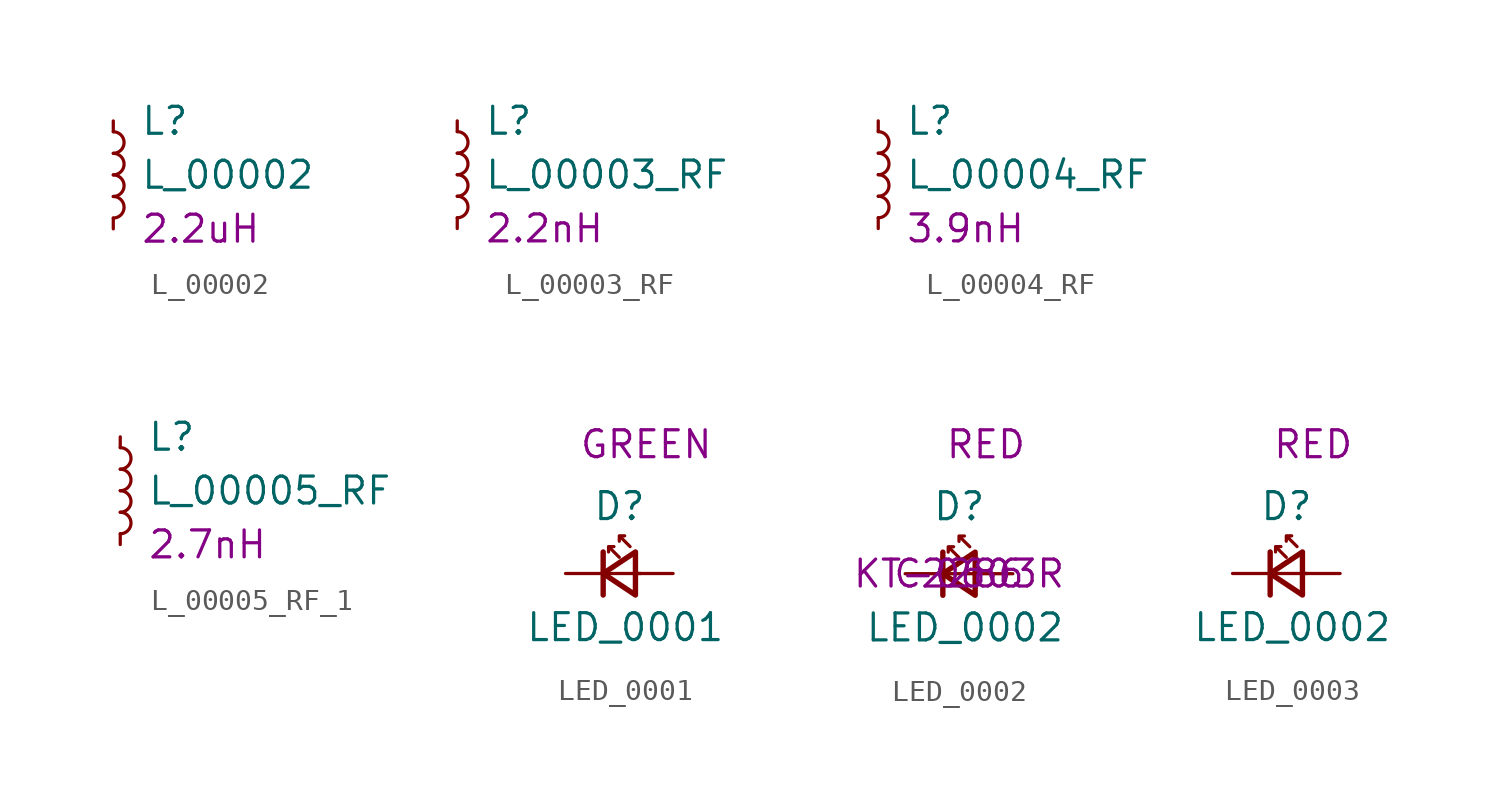
<source format=kicad_sym>
(kicad_symbol_lib
  (version 20231120)
  (generator "kicad_symbol_editor")
  (generator_version "8.0")
  (symbol "L_00002"
    (pin_numbers hide)
    (pin_names
      (offset 0.254) hide)
    (property "Reference" "L"
      (at 1.27 2.54 0)
      (effects (font (size 1.27 1.27)) (justify left)))
    (property "Value" "L_00002"
      (at 1.27 0 0)
      (effects (font (size 1.27 1.27)) (justify left)))
    (property "Desc" "2.2uH"
      (at 1.27 -2.54 0)
      (effects (font (size 1.27 1.27)) (justify left)))
    (symbol "L_00002_0_1"
      (arc (start 0 -2.032) (mid 0.5058 -1.524) (end 0 -1.016) (stroke (width 0) (type default)) (fill (type none)))
      (arc (start 0 -1.016) (mid 0.5058 -0.508) (end 0 0) (stroke (width 0) (type default)) (fill (type none)))
      (arc (start 0 0) (mid 0.5058 0.508) (end 0 1.016) (stroke (width 0) (type default)) (fill (type none)))
      (arc (start 0 1.016) (mid 0.5058 1.524) (end 0 2.032) (stroke (width 0) (type default)) (fill (type none))))
    (symbol "L_00002_1_1"
      (pin passive line (at 0 2.54 270) (length 0.508) (name "~" (effects (font (size 1.27 1.27)))) (number "1" (effects (font (size 1.27 1.27)))))
      (pin passive line (at 0 -2.54 90) (length 0.508) (name "~" (effects (font (size 1.27 1.27)))) (number "2" (effects (font (size 1.27 1.27)))))))
  (symbol "L_00003_RF"
    (pin_numbers hide)
    (pin_names
      (offset 0.254) hide)
    (property "Reference" "L"
      (at 1.27 2.54 0)
      (effects (font (size 1.27 1.27)) (justify left)))
    (property "Value" "L_00003_RF"
      (at 1.27 0 0)
      (effects (font (size 1.27 1.27)) (justify left)))
    (property "Desc" "2.2nH"
      (at 1.27 -2.54 0)
      (effects (font (size 1.27 1.27)) (justify left)))
    (symbol "L_00003_RF_0_1"
      (arc (start 0 -2.032) (mid 0.5058 -1.524) (end 0 -1.016) (stroke (width 0) (type default)) (fill (type none)))
      (arc (start 0 -1.016) (mid 0.5058 -0.508) (end 0 0) (stroke (width 0) (type default)) (fill (type none)))
      (arc (start 0 0) (mid 0.5058 0.508) (end 0 1.016) (stroke (width 0) (type default)) (fill (type none)))
      (arc (start 0 1.016) (mid 0.5058 1.524) (end 0 2.032) (stroke (width 0) (type default)) (fill (type none))))
    (symbol "L_00003_RF_1_1"
      (pin passive line (at 0 2.54 270) (length 0.508) (name "~" (effects (font (size 1.27 1.27)))) (number "1" (effects (font (size 1.27 1.27)))))
      (pin passive line (at 0 -2.54 90) (length 0.508) (name "~" (effects (font (size 1.27 1.27)))) (number "2" (effects (font (size 1.27 1.27)))))))
  (symbol "L_00004_RF"
    (pin_numbers hide)
    (pin_names
      (offset 0.254) hide)
    (property "Reference" "L"
      (at 1.27 2.54 0)
      (effects (font (size 1.27 1.27)) (justify left)))
    (property "Value" "L_00004_RF"
      (at 1.27 0 0)
      (effects (font (size 1.27 1.27)) (justify left)))
    (property "Desc" "3.9nH"
      (at 1.27 -2.54 0)
      (effects (font (size 1.27 1.27)) (justify left)))
    (symbol "L_00004_RF_0_1"
      (arc (start 0 -2.032) (mid 0.5058 -1.524) (end 0 -1.016) (stroke (width 0) (type default)) (fill (type none)))
      (arc (start 0 -1.016) (mid 0.5058 -0.508) (end 0 0) (stroke (width 0) (type default)) (fill (type none)))
      (arc (start 0 0) (mid 0.5058 0.508) (end 0 1.016) (stroke (width 0) (type default)) (fill (type none)))
      (arc (start 0 1.016) (mid 0.5058 1.524) (end 0 2.032) (stroke (width 0) (type default)) (fill (type none))))
    (symbol "L_00004_RF_1_1"
      (pin passive line (at 0 2.54 270) (length 0.508) (name "~" (effects (font (size 1.27 1.27)))) (number "1" (effects (font (size 1.27 1.27)))))
      (pin passive line (at 0 -2.54 90) (length 0.508) (name "~" (effects (font (size 1.27 1.27)))) (number "2" (effects (font (size 1.27 1.27)))))))
  (symbol "L_00005_RF_1"
    (pin_numbers hide)
    (pin_names
      (offset 0.254) hide)
    (property "Reference" "L"
      (at 1.27 2.54 0)
      (effects (font (size 1.27 1.27)) (justify left)))
    (property "Value" "L_00005_RF"
      (at 1.27 0 0)
      (effects (font (size 1.27 1.27)) (justify left)))
    (property "Desc" "2.7nH"
      (at 1.27 -2.54 0)
      (effects (font (size 1.27 1.27)) (justify left)))
    (symbol "L_00005_RF_1_0_1"
      (arc (start 0 -2.032) (mid 0.5058 -1.524) (end 0 -1.016) (stroke (width 0) (type default)) (fill (type none)))
      (arc (start 0 -1.016) (mid 0.5058 -0.508) (end 0 0) (stroke (width 0) (type default)) (fill (type none)))
      (arc (start 0 0) (mid 0.5058 0.508) (end 0 1.016) (stroke (width 0) (type default)) (fill (type none)))
      (arc (start 0 1.016) (mid 0.5058 1.524) (end 0 2.032) (stroke (width 0) (type default)) (fill (type none))))
    (symbol "L_00005_RF_1_1_1"
      (pin passive line (at 0 2.54 270) (length 0.508) (name "~" (effects (font (size 1.27 1.27)))) (number "1" (effects (font (size 1.27 1.27)))))
      (pin passive line (at 0 -2.54 90) (length 0.508) (name "~" (effects (font (size 1.27 1.27)))) (number "2" (effects (font (size 1.27 1.27)))))))
  (symbol "LED_0001"
    (pin_numbers hide)
    (pin_names
      (offset 0.254) hide)
    (property "Reference" "D"
      (at -1.27 3.175 0)
      (effects (font (size 1.27 1.27)) (justify left)))
    (property "Value" "LED_0001"
      (at -4.445 -2.54 0)
      (effects (font (size 1.27 1.27)) (justify left)))
    (property "Desc" "GREEN"
      (at 1.27 6.096 0)
      (effects (font (size 1.27 1.27))))
    (symbol "LED_0001_0_1"
      (polyline (pts (xy -0.762 -1.016) (xy -0.762 1.016)) (stroke (width 0.254) (type default)) (fill (type none)))
      (polyline (pts (xy 1.016 0) (xy -0.762 0)) (stroke (width 0) (type default)) (fill (type none)))
      (polyline (pts (xy 0.762 -1.016) (xy -0.762 0) (xy 0.762 1.016) (xy 0.762 -1.016)) (stroke (width 0.254) (type default)) (fill (type none)))
      (polyline (pts (xy 0 0.762) (xy -0.508 1.27) (xy -0.254 1.27) (xy -0.508 1.27) (xy -0.508 1.016)) (stroke (width 0) (type default)) (fill (type none)))
      (polyline (pts (xy 0.508 1.27) (xy 0 1.778) (xy 0.254 1.778) (xy 0 1.778) (xy 0 1.524)) (stroke (width 0) (type default)) (fill (type none))))
    (symbol "LED_0001_1_1"
      (pin passive line (at -2.54 0 0) (length 1.778) (name "K" (effects (font (size 1.27 1.27)))) (number "1" (effects (font (size 1.27 1.27)))))
      (pin passive line (at 2.54 0 180) (length 1.778) (name "A" (effects (font (size 1.27 1.27)))) (number "2" (effects (font (size 1.27 1.27)))))))
  (symbol "LED_0002"
    (pin_numbers hide)
    (pin_names
      (offset 0.254) hide)
    (property "Reference" "D"
      (at -1.27 3.175 0)
      (effects (font (size 1.27 1.27)) (justify left)))
    (property "Value" "LED_0002"
      (at -4.445 -2.54 0)
      (effects (font (size 1.27 1.27)) (justify left)))
    (property "Desc" "RED"
      (at 1.27 6.096 0)
      (effects (font (size 1.27 1.27))))
    (property "LCSC PNs" "C2286"
      (at 0 0 0)
      (effects (font (size 1.27 1.27))))
    (property "MFN PNS" "KT-0603R"
      (at 0 0 0)
      (effects (font (size 1.27 1.27))))
    (symbol "LED_0002_0_1"
      (polyline (pts (xy -0.762 -1.016) (xy -0.762 1.016)) (stroke (width 0.254) (type default)) (fill (type none)))
      (polyline (pts (xy 1.016 0) (xy -0.762 0)) (stroke (width 0) (type default)) (fill (type none)))
      (polyline (pts (xy 0.762 -1.016) (xy -0.762 0) (xy 0.762 1.016) (xy 0.762 -1.016)) (stroke (width 0.254) (type default)) (fill (type none)))
      (polyline (pts (xy 0 0.762) (xy -0.508 1.27) (xy -0.254 1.27) (xy -0.508 1.27) (xy -0.508 1.016)) (stroke (width 0) (type default)) (fill (type none)))
      (polyline (pts (xy 0.508 1.27) (xy 0 1.778) (xy 0.254 1.778) (xy 0 1.778) (xy 0 1.524)) (stroke (width 0) (type default)) (fill (type none))))
    (symbol "LED_0002_1_1"
      (pin passive line (at -2.54 0 0) (length 1.778) (name "K" (effects (font (size 1.27 1.27)))) (number "1" (effects (font (size 1.27 1.27)))))
      (pin passive line (at 2.54 0 180) (length 1.778) (name "A" (effects (font (size 1.27 1.27)))) (number "2" (effects (font (size 1.27 1.27)))))))
  (symbol "LED_0003"
    (pin_numbers hide)
    (pin_names
      (offset 0.254) hide)
    (property "Reference" "D"
      (at -1.27 3.175 0)
      (effects (font (size 1.27 1.27)) (justify left)))
    (property "Value" "LED_0002"
      (at -4.445 -2.54 0)
      (effects (font (size 1.27 1.27)) (justify left)))
    (property "Desc" "RED"
      (at 1.27 6.096 0)
      (effects (font (size 1.27 1.27))))
    (symbol "LED_0003_0_1"
      (polyline (pts (xy -0.762 -1.016) (xy -0.762 1.016)) (stroke (width 0.254) (type default)) (fill (type none)))
      (polyline (pts (xy 1.016 0) (xy -0.762 0)) (stroke (width 0) (type default)) (fill (type none)))
      (polyline (pts (xy 0.762 -1.016) (xy -0.762 0) (xy 0.762 1.016) (xy 0.762 -1.016)) (stroke (width 0.254) (type default)) (fill (type none)))
      (polyline (pts (xy 0 0.762) (xy -0.508 1.27) (xy -0.254 1.27) (xy -0.508 1.27) (xy -0.508 1.016)) (stroke (width 0) (type default)) (fill (type none)))
      (polyline (pts (xy 0.508 1.27) (xy 0 1.778) (xy 0.254 1.778) (xy 0 1.778) (xy 0 1.524)) (stroke (width 0) (type default)) (fill (type none))))
    (symbol "LED_0003_1_1"
      (pin passive line (at -2.54 0 0) (length 1.778) (name "K" (effects (font (size 1.27 1.27)))) (number "1" (effects (font (size 1.27 1.27)))))
      (pin passive line (at 2.54 0 180) (length 1.778) (name "A" (effects (font (size 1.27 1.27)))) (number "2" (effects (font (size 1.27 1.27))))))))
</source>
